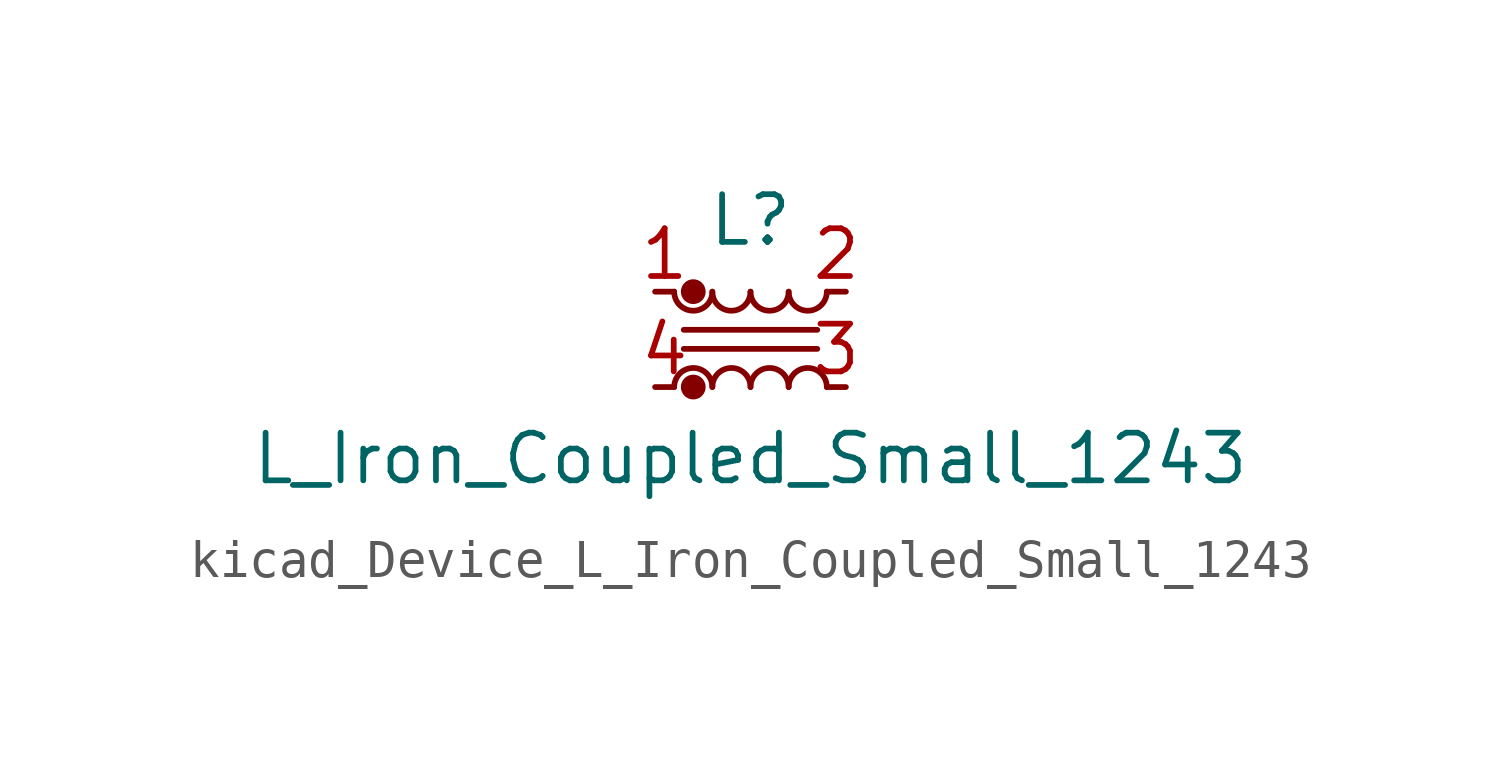
<source format=kicad_sym>
(kicad_symbol_lib
  (version 20220914)
  (generator kicad_symbol_editor)
  (symbol "kicad_Device_L_Iron_Coupled_Small_1243"
    (pin_names
      (offset 0.254) hide)
    (property "Reference" "L"
      (at 0 3.175 0)
      (effects (font (size 1.27 1.27))))
    (property "Value" "L_Iron_Coupled_Small_1243"
      (at 0 -3.175 0)
      (effects (font (size 1.27 1.27))))
    (symbol "kicad_Device_L_Iron_Coupled_Small_1243_0_1"
      (arc (start -2.032 1.27) (mid -1.524 0.7642) (end -1.016 1.27) (stroke (width 0) (type default)) (fill (type none)))
      (circle (center -1.524 -1.27) (radius 0.254) (stroke (width 0) (type default)) (fill (type outline)))
      (circle (center -1.524 1.27) (radius 0.254) (stroke (width 0) (type default)) (fill (type outline)))
      (arc (start -1.016 -1.27) (mid -1.524 -0.7642) (end -2.032 -1.27) (stroke (width 0) (type default)) (fill (type none)))
      (arc (start -1.016 1.27) (mid -0.508 0.7642) (end 0 1.27) (stroke (width 0) (type default)) (fill (type none)))
      (arc (start 0 -1.27) (mid -0.508 -0.7642) (end -1.016 -1.27) (stroke (width 0) (type default)) (fill (type none)))
      (polyline (pts (xy 1.778 -0.254) (xy -1.778 -0.254)) (stroke (width 0) (type default)) (fill (type none)))
      (polyline (pts (xy 1.778 0.254) (xy -1.778 0.254)) (stroke (width 0) (type default)) (fill (type none)))
      (arc (start 0 1.27) (mid 0.508 0.7642) (end 1.016 1.27) (stroke (width 0) (type default)) (fill (type none)))
      (arc (start 1.016 -1.27) (mid 0.508 -0.7642) (end 0 -1.27) (stroke (width 0) (type default)) (fill (type none)))
      (arc (start 1.016 1.27) (mid 1.524 0.7642) (end 2.032 1.27) (stroke (width 0) (type default)) (fill (type none)))
      (arc (start 2.032 -1.27) (mid 1.524 -0.7642) (end 1.016 -1.27) (stroke (width 0) (type default)) (fill (type none))))
    (symbol "kicad_Device_L_Iron_Coupled_Small_1243_1_1"
      (pin passive line (at -2.54 1.27 0) (length 0.508) (name "1" (effects (font (size 1.27 1.27)))) (number "1" (effects (font (size 1.27 1.27)))))
      (pin passive line (at 2.54 1.27 180) (length 0.508) (name "2" (effects (font (size 1.27 1.27)))) (number "2" (effects (font (size 1.27 1.27)))))
      (pin passive line (at 2.54 -1.27 180) (length 0.508) (name "3" (effects (font (size 1.27 1.27)))) (number "3" (effects (font (size 1.27 1.27)))))
      (pin passive line (at -2.54 -1.27 0) (length 0.508) (name "4" (effects (font (size 1.27 1.27)))) (number "4" (effects (font (size 1.27 1.27))))))))
</source>
